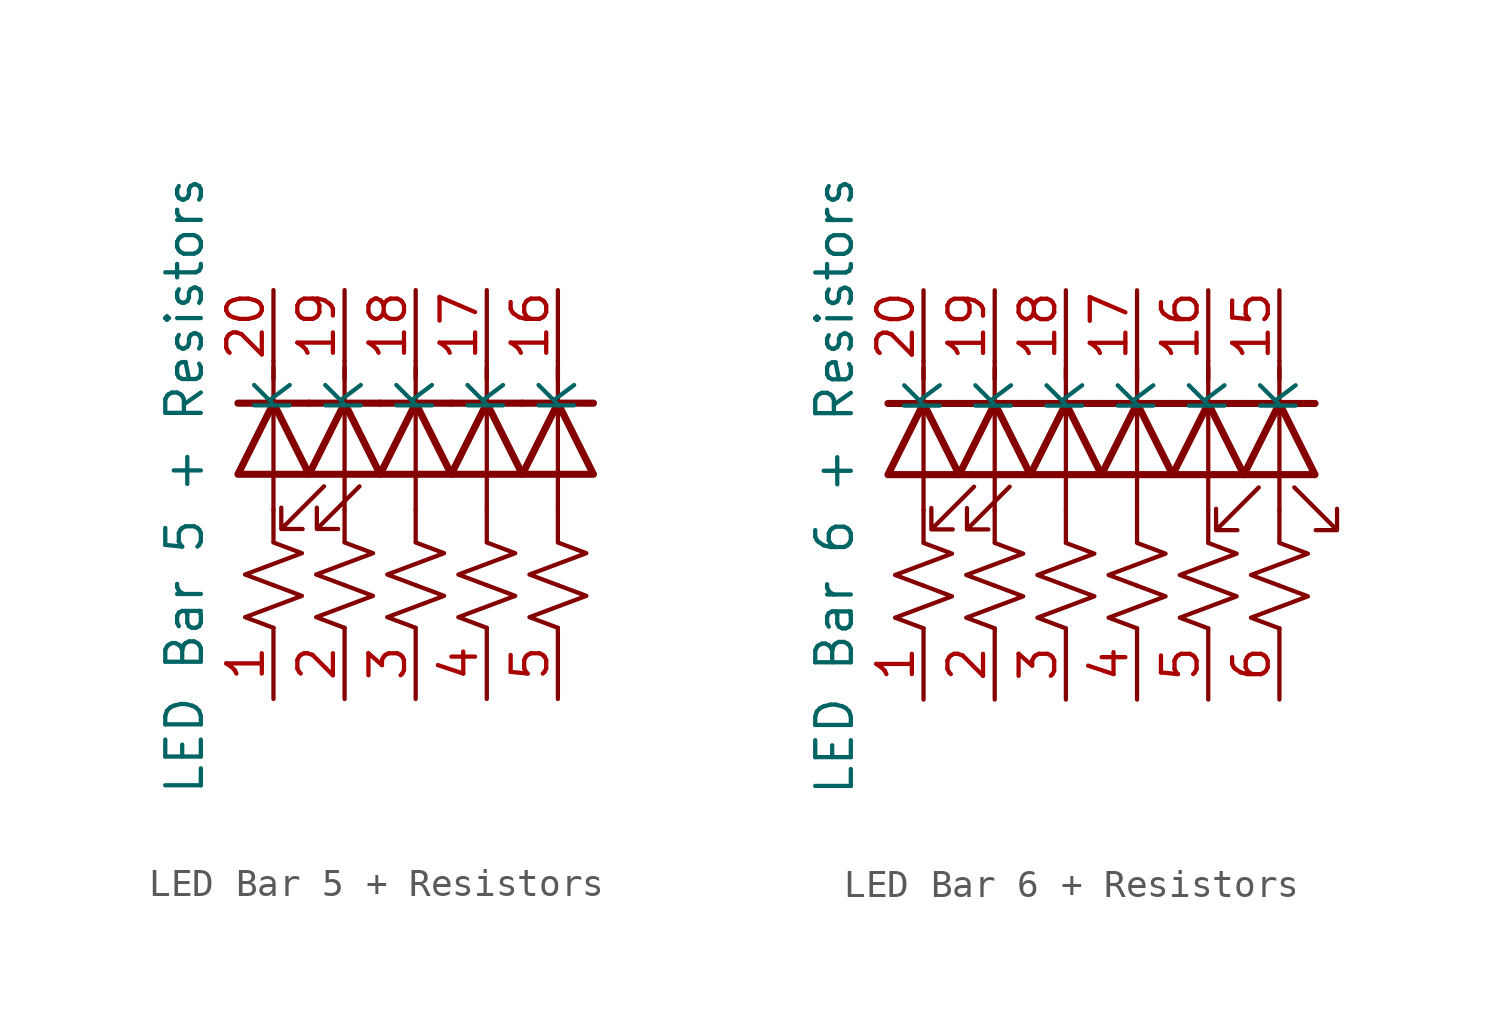
<source format=kicad_sym>
(kicad_symbol_lib
  (version 20220914)
  (generator kicad_symbol_editor)
  (symbol "LED Bar 5 + Resistors"
    (property "Reference" "BAR"
      (at -23.495 -9.525 0)
      (effects (font (size 1.27 1.27)) hide))
    (property "Value" "LED Bar 5 + Resistors"
      (at -3.175 7.62 90)
      (effects (font (size 1.27 1.27))))
    (symbol "LED Bar 5 + Resistors_0_1"
      (polyline (pts (xy 0 6.756) (xy 0 5.613)) (stroke (width 0) (type default)) (fill (type none)))
      (polyline (pts (xy 0 6.756) (xy 0 11.836)) (stroke (width 0) (type default)) (fill (type none)))
      (polyline (pts (xy 0 12.065) (xy 0 11.43)) (stroke (width 0) (type default)) (fill (type none)))
      (polyline (pts (xy 1.27 10.566) (xy -1.27 10.566)) (stroke (width 0.254) (type default)) (fill (type none)))
      (polyline (pts (xy 2.54 6.756) (xy 2.54 5.613)) (stroke (width 0) (type default)) (fill (type none)))
      (polyline (pts (xy 2.54 6.756) (xy 2.54 11.836)) (stroke (width 0) (type default)) (fill (type none)))
      (polyline (pts (xy 2.54 12.065) (xy 2.54 11.43)) (stroke (width 0) (type default)) (fill (type none)))
      (polyline (pts (xy 3.81 10.566) (xy 1.27 10.566)) (stroke (width 0.254) (type default)) (fill (type none)))
      (polyline (pts (xy 5.08 6.756) (xy 5.08 5.613)) (stroke (width 0) (type default)) (fill (type none)))
      (polyline (pts (xy 5.08 6.756) (xy 5.08 11.836)) (stroke (width 0) (type default)) (fill (type none)))
      (polyline (pts (xy 5.08 12.065) (xy 5.08 11.43)) (stroke (width 0) (type default)) (fill (type none)))
      (polyline (pts (xy 6.35 10.566) (xy 3.81 10.566)) (stroke (width 0.254) (type default)) (fill (type none)))
      (polyline (pts (xy 7.62 6.756) (xy 7.62 5.613)) (stroke (width 0) (type default)) (fill (type none)))
      (polyline (pts (xy 7.62 6.756) (xy 7.62 11.836)) (stroke (width 0) (type default)) (fill (type none)))
      (polyline (pts (xy 7.62 12.065) (xy 7.62 11.43)) (stroke (width 0) (type default)) (fill (type none)))
      (polyline (pts (xy 8.89 10.566) (xy 6.35 10.566)) (stroke (width 0.254) (type default)) (fill (type none)))
      (polyline (pts (xy 10.16 6.756) (xy 10.16 5.613)) (stroke (width 0) (type default)) (fill (type none)))
      (polyline (pts (xy 10.16 6.756) (xy 10.16 11.836)) (stroke (width 0) (type default)) (fill (type none)))
      (polyline (pts (xy 10.16 12.065) (xy 10.16 11.43)) (stroke (width 0) (type default)) (fill (type none)))
      (polyline (pts (xy 11.43 10.566) (xy 8.89 10.566)) (stroke (width 0.254) (type default)) (fill (type none)))
      (polyline (pts (xy -1.27 8.026) (xy 1.27 8.026) (xy 0 10.566) (xy -1.27 8.026)) (stroke (width 0.254) (type default)) (fill (type none)))
      (polyline (pts (xy 1.27 8.026) (xy 3.81 8.026) (xy 2.54 10.566) (xy 1.27 8.026)) (stroke (width 0.254) (type default)) (fill (type none)))
      (polyline (pts (xy 3.81 8.026) (xy 6.35 8.026) (xy 5.08 10.566) (xy 3.81 8.026)) (stroke (width 0.254) (type default)) (fill (type none)))
      (polyline (pts (xy 6.35 8.026) (xy 8.89 8.026) (xy 7.62 10.566) (xy 6.35 8.026)) (stroke (width 0.254) (type default)) (fill (type none)))
      (polyline (pts (xy 8.89 8.026) (xy 11.43 8.026) (xy 10.16 10.566) (xy 8.89 8.026)) (stroke (width 0.254) (type default)) (fill (type none)))
      (polyline (pts (xy 1.803 7.595) (xy 0.279 6.071) (xy 1.041 6.071) (xy 0.279 6.071) (xy 0.279 6.833)) (stroke (width 0) (type default)) (fill (type none)))
      (polyline (pts (xy 3.073 7.595) (xy 1.549 6.071) (xy 2.311 6.071) (xy 1.549 6.071) (xy 1.549 6.833)) (stroke (width 0) (type default)) (fill (type none))))
    (symbol "LED Bar 5 + Resistors_1_1"
      (polyline (pts (xy 0 2.54) (xy -1.016 2.921) (xy 0 3.302) (xy 1.016 3.683) (xy 0 4.064)) (stroke (width 0) (type default)) (fill (type none)))
      (polyline (pts (xy 0 4.064) (xy -1.016 4.445) (xy 0 4.826) (xy 1.016 5.207) (xy 0 5.588)) (stroke (width 0) (type default)) (fill (type none)))
      (polyline (pts (xy 2.54 2.54) (xy 1.524 2.921) (xy 2.54 3.302) (xy 3.556 3.683) (xy 2.54 4.064)) (stroke (width 0) (type default)) (fill (type none)))
      (polyline (pts (xy 2.54 4.064) (xy 1.524 4.445) (xy 2.54 4.826) (xy 3.556 5.207) (xy 2.54 5.588)) (stroke (width 0) (type default)) (fill (type none)))
      (polyline (pts (xy 5.08 2.54) (xy 4.064 2.921) (xy 5.08 3.302) (xy 6.096 3.683) (xy 5.08 4.064)) (stroke (width 0) (type default)) (fill (type none)))
      (polyline (pts (xy 5.08 4.064) (xy 4.064 4.445) (xy 5.08 4.826) (xy 6.096 5.207) (xy 5.08 5.588)) (stroke (width 0) (type default)) (fill (type none)))
      (polyline (pts (xy 7.62 2.54) (xy 6.604 2.921) (xy 7.62 3.302) (xy 8.636 3.683) (xy 7.62 4.064)) (stroke (width 0) (type default)) (fill (type none)))
      (polyline (pts (xy 7.62 4.064) (xy 6.604 4.445) (xy 7.62 4.826) (xy 8.636 5.207) (xy 7.62 5.588)) (stroke (width 0) (type default)) (fill (type none)))
      (polyline (pts (xy 10.16 2.54) (xy 9.144 2.921) (xy 10.16 3.302) (xy 11.176 3.683) (xy 10.16 4.064)) (stroke (width 0) (type default)) (fill (type none)))
      (polyline (pts (xy 10.16 4.064) (xy 9.144 4.445) (xy 10.16 4.826) (xy 11.176 5.207) (xy 10.16 5.588)) (stroke (width 0) (type default)) (fill (type none)))
      (pin passive line (at 0 0 90) (length 2.54) (name "" (effects (font (size 1.27 1.27)))) (number "1" (effects (font (size 1.27 1.27)))))
      (pin passive line (at 10.16 14.605 270) (length 2.54) (name "K" (effects (font (size 1.27 1.27)))) (number "16" (effects (font (size 1.27 1.27)))))
      (pin passive line (at 7.62 14.605 270) (length 2.54) (name "K" (effects (font (size 1.27 1.27)))) (number "17" (effects (font (size 1.27 1.27)))))
      (pin passive line (at 5.08 14.605 270) (length 2.54) (name "K" (effects (font (size 1.27 1.27)))) (number "18" (effects (font (size 1.27 1.27)))))
      (pin passive line (at 2.54 14.605 270) (length 2.54) (name "K" (effects (font (size 1.27 1.27)))) (number "19" (effects (font (size 1.27 1.27)))))
      (pin passive line (at 2.54 0 90) (length 2.54) (name "" (effects (font (size 1.27 1.27)))) (number "2" (effects (font (size 1.27 1.27)))))
      (pin passive line (at 0 14.605 270) (length 2.54) (name "K" (effects (font (size 1.27 1.27)))) (number "20" (effects (font (size 1.27 1.27)))))
      (pin passive line (at 5.08 0 90) (length 2.54) (name "" (effects (font (size 1.27 1.27)))) (number "3" (effects (font (size 1.27 1.27)))))
      (pin passive line (at 7.62 0 90) (length 2.54) (name "" (effects (font (size 1.27 1.27)))) (number "4" (effects (font (size 1.27 1.27)))))
      (pin passive line (at 10.16 0 90) (length 2.54) (name "" (effects (font (size 1.27 1.27)))) (number "5" (effects (font (size 1.27 1.27)))))))
  (symbol "LED Bar 6 + Resistors"
    (property "Reference" "BAR"
      (at -23.495 -9.525 0)
      (effects (font (size 1.27 1.27)) hide))
    (property "Value" "LED Bar 6 + Resistors"
      (at -3.175 7.62 90)
      (effects (font (size 1.27 1.27))))
    (symbol "LED Bar 6 + Resistors_0_1"
      (polyline (pts (xy 0 6.756) (xy 0 5.613)) (stroke (width 0) (type default)) (fill (type none)))
      (polyline (pts (xy 0 6.756) (xy 0 11.836)) (stroke (width 0) (type default)) (fill (type none)))
      (polyline (pts (xy 0 12.065) (xy 0 11.43)) (stroke (width 0) (type default)) (fill (type none)))
      (polyline (pts (xy 1.27 10.566) (xy -1.27 10.566)) (stroke (width 0.254) (type default)) (fill (type none)))
      (polyline (pts (xy 2.54 6.756) (xy 2.54 5.613)) (stroke (width 0) (type default)) (fill (type none)))
      (polyline (pts (xy 2.54 6.756) (xy 2.54 11.836)) (stroke (width 0) (type default)) (fill (type none)))
      (polyline (pts (xy 2.54 12.065) (xy 2.54 11.43)) (stroke (width 0) (type default)) (fill (type none)))
      (polyline (pts (xy 3.81 10.566) (xy 1.27 10.566)) (stroke (width 0.254) (type default)) (fill (type none)))
      (polyline (pts (xy 5.08 6.756) (xy 5.08 5.613)) (stroke (width 0) (type default)) (fill (type none)))
      (polyline (pts (xy 5.08 6.756) (xy 5.08 11.836)) (stroke (width 0) (type default)) (fill (type none)))
      (polyline (pts (xy 5.08 12.065) (xy 5.08 11.43)) (stroke (width 0) (type default)) (fill (type none)))
      (polyline (pts (xy 6.35 10.566) (xy 3.81 10.566)) (stroke (width 0.254) (type default)) (fill (type none)))
      (polyline (pts (xy 7.62 6.756) (xy 7.62 5.613)) (stroke (width 0) (type default)) (fill (type none)))
      (polyline (pts (xy 7.62 6.756) (xy 7.62 11.836)) (stroke (width 0) (type default)) (fill (type none)))
      (polyline (pts (xy 7.62 12.065) (xy 7.62 11.43)) (stroke (width 0) (type default)) (fill (type none)))
      (polyline (pts (xy 8.89 10.566) (xy 6.35 10.566)) (stroke (width 0.254) (type default)) (fill (type none)))
      (polyline (pts (xy 10.16 6.756) (xy 10.16 5.613)) (stroke (width 0) (type default)) (fill (type none)))
      (polyline (pts (xy 10.16 6.756) (xy 10.16 11.836)) (stroke (width 0) (type default)) (fill (type none)))
      (polyline (pts (xy 10.16 12.065) (xy 10.16 11.43)) (stroke (width 0) (type default)) (fill (type none)))
      (polyline (pts (xy 11.43 10.566) (xy 8.89 10.566)) (stroke (width 0.254) (type default)) (fill (type none)))
      (polyline (pts (xy 12.7 6.756) (xy 12.7 5.613)) (stroke (width 0) (type default)) (fill (type none)))
      (polyline (pts (xy 12.7 6.756) (xy 12.7 11.836)) (stroke (width 0) (type default)) (fill (type none)))
      (polyline (pts (xy 12.7 12.065) (xy 12.7 11.43)) (stroke (width 0) (type default)) (fill (type none)))
      (polyline (pts (xy 13.97 10.566) (xy 11.43 10.566)) (stroke (width 0.254) (type default)) (fill (type none)))
      (polyline (pts (xy -1.27 8.026) (xy 1.27 8.026) (xy 0 10.566) (xy -1.27 8.026)) (stroke (width 0.254) (type default)) (fill (type none)))
      (polyline (pts (xy 1.27 8.026) (xy 3.81 8.026) (xy 2.54 10.566) (xy 1.27 8.026)) (stroke (width 0.254) (type default)) (fill (type none)))
      (polyline (pts (xy 3.81 8.026) (xy 6.35 8.026) (xy 5.08 10.566) (xy 3.81 8.026)) (stroke (width 0.254) (type default)) (fill (type none)))
      (polyline (pts (xy 6.35 8.026) (xy 8.89 8.026) (xy 7.62 10.566) (xy 6.35 8.026)) (stroke (width 0.254) (type default)) (fill (type none)))
      (polyline (pts (xy 8.89 8.026) (xy 11.43 8.026) (xy 10.16 10.566) (xy 8.89 8.026)) (stroke (width 0.254) (type default)) (fill (type none)))
      (polyline (pts (xy 11.43 8.026) (xy 13.97 8.026) (xy 12.7 10.566) (xy 11.43 8.026)) (stroke (width 0.254) (type default)) (fill (type none)))
      (polyline (pts (xy 1.803 7.595) (xy 0.279 6.071) (xy 1.041 6.071) (xy 0.279 6.071) (xy 0.279 6.833)) (stroke (width 0) (type default)) (fill (type none)))
      (polyline (pts (xy 3.073 7.595) (xy 1.549 6.071) (xy 2.311 6.071) (xy 1.549 6.071) (xy 1.549 6.833)) (stroke (width 0) (type default)) (fill (type none)))
      (polyline (pts (xy 11.963 7.569) (xy 10.439 6.045) (xy 11.201 6.045) (xy 10.439 6.045) (xy 10.439 6.807)) (stroke (width 0) (type default)) (fill (type none)))
      (polyline (pts (xy 13.233 7.569) (xy 14.757 6.045) (xy 14.757 6.807) (xy 14.757 6.045) (xy 13.995 6.045)) (stroke (width 0) (type default)) (fill (type none))))
    (symbol "LED Bar 6 + Resistors_1_1"
      (polyline (pts (xy 0 2.54) (xy -1.016 2.921) (xy 0 3.302) (xy 1.016 3.683) (xy 0 4.064)) (stroke (width 0) (type default)) (fill (type none)))
      (polyline (pts (xy 0 4.064) (xy -1.016 4.445) (xy 0 4.826) (xy 1.016 5.207) (xy 0 5.588)) (stroke (width 0) (type default)) (fill (type none)))
      (polyline (pts (xy 2.54 2.54) (xy 1.524 2.921) (xy 2.54 3.302) (xy 3.556 3.683) (xy 2.54 4.064)) (stroke (width 0) (type default)) (fill (type none)))
      (polyline (pts (xy 2.54 4.064) (xy 1.524 4.445) (xy 2.54 4.826) (xy 3.556 5.207) (xy 2.54 5.588)) (stroke (width 0) (type default)) (fill (type none)))
      (polyline (pts (xy 5.08 2.54) (xy 4.064 2.921) (xy 5.08 3.302) (xy 6.096 3.683) (xy 5.08 4.064)) (stroke (width 0) (type default)) (fill (type none)))
      (polyline (pts (xy 5.08 4.064) (xy 4.064 4.445) (xy 5.08 4.826) (xy 6.096 5.207) (xy 5.08 5.588)) (stroke (width 0) (type default)) (fill (type none)))
      (polyline (pts (xy 7.62 2.54) (xy 6.604 2.921) (xy 7.62 3.302) (xy 8.636 3.683) (xy 7.62 4.064)) (stroke (width 0) (type default)) (fill (type none)))
      (polyline (pts (xy 7.62 4.064) (xy 6.604 4.445) (xy 7.62 4.826) (xy 8.636 5.207) (xy 7.62 5.588)) (stroke (width 0) (type default)) (fill (type none)))
      (polyline (pts (xy 10.16 2.54) (xy 9.144 2.921) (xy 10.16 3.302) (xy 11.176 3.683) (xy 10.16 4.064)) (stroke (width 0) (type default)) (fill (type none)))
      (polyline (pts (xy 10.16 4.064) (xy 9.144 4.445) (xy 10.16 4.826) (xy 11.176 5.207) (xy 10.16 5.588)) (stroke (width 0) (type default)) (fill (type none)))
      (polyline (pts (xy 12.7 2.54) (xy 11.684 2.921) (xy 12.7 3.302) (xy 13.716 3.683) (xy 12.7 4.064)) (stroke (width 0) (type default)) (fill (type none)))
      (polyline (pts (xy 12.7 4.064) (xy 11.684 4.445) (xy 12.7 4.826) (xy 13.716 5.207) (xy 12.7 5.588)) (stroke (width 0) (type default)) (fill (type none)))
      (pin passive line (at 0 0 90) (length 2.54) (name "" (effects (font (size 1.27 1.27)))) (number "1" (effects (font (size 1.27 1.27)))))
      (pin passive line (at 12.7 14.605 270) (length 2.54) (name "K" (effects (font (size 1.27 1.27)))) (number "15" (effects (font (size 1.27 1.27)))))
      (pin passive line (at 10.16 14.605 270) (length 2.54) (name "K" (effects (font (size 1.27 1.27)))) (number "16" (effects (font (size 1.27 1.27)))))
      (pin passive line (at 7.62 14.605 270) (length 2.54) (name "K" (effects (font (size 1.27 1.27)))) (number "17" (effects (font (size 1.27 1.27)))))
      (pin passive line (at 5.08 14.605 270) (length 2.54) (name "K" (effects (font (size 1.27 1.27)))) (number "18" (effects (font (size 1.27 1.27)))))
      (pin passive line (at 2.54 14.605 270) (length 2.54) (name "K" (effects (font (size 1.27 1.27)))) (number "19" (effects (font (size 1.27 1.27)))))
      (pin passive line (at 2.54 0 90) (length 2.54) (name "" (effects (font (size 1.27 1.27)))) (number "2" (effects (font (size 1.27 1.27)))))
      (pin passive line (at 0 14.605 270) (length 2.54) (name "K" (effects (font (size 1.27 1.27)))) (number "20" (effects (font (size 1.27 1.27)))))
      (pin passive line (at 5.08 0 90) (length 2.54) (name "" (effects (font (size 1.27 1.27)))) (number "3" (effects (font (size 1.27 1.27)))))
      (pin passive line (at 7.62 0 90) (length 2.54) (name "" (effects (font (size 1.27 1.27)))) (number "4" (effects (font (size 1.27 1.27)))))
      (pin passive line (at 10.16 0 90) (length 2.54) (name "" (effects (font (size 1.27 1.27)))) (number "5" (effects (font (size 1.27 1.27)))))
      (pin passive line (at 12.7 0 90) (length 2.54) (name "" (effects (font (size 1.27 1.27)))) (number "6" (effects (font (size 1.27 1.27))))))))
</source>
